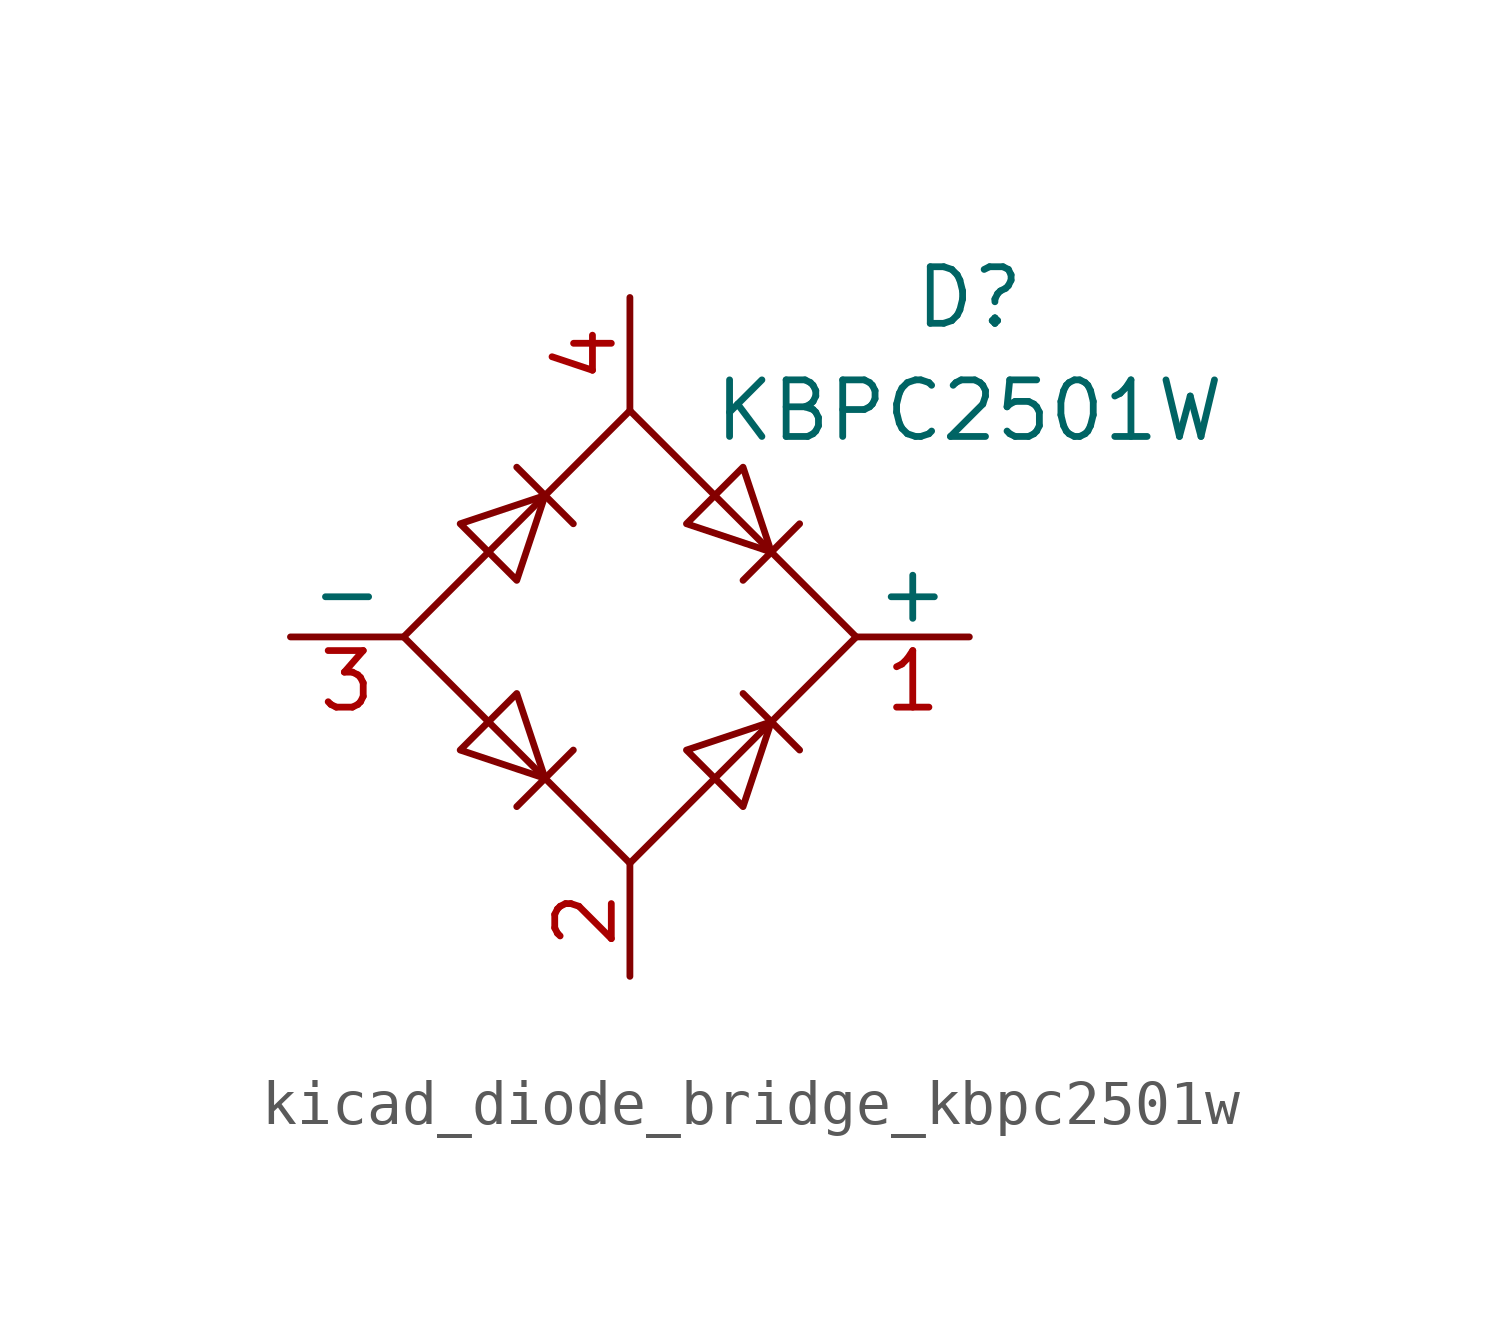
<source format=kicad_sym>
(kicad_symbol_lib
  (version 20220914)
  (generator kicad_symbol_editor)
  (symbol "kicad_diode_bridge_kbpc2501w"
    (pin_names
      (offset 0))
    (property "Reference" "D"
      (at 7.62 7.62 0)
      (effects (font (size 1.27 1.27))))
    (property "Value" "KBPC2501W"
      (at 7.62 5.08 0)
      (effects (font (size 1.27 1.27))))
    (symbol "kicad_diode_bridge_kbpc2501w_0_1"
      (polyline (pts (xy -2.54 3.81) (xy -1.27 2.54)) (stroke (width 0) (type default)) (fill (type none)))
      (polyline (pts (xy -1.27 -2.54) (xy -2.54 -3.81)) (stroke (width 0) (type default)) (fill (type none)))
      (polyline (pts (xy 2.54 -1.27) (xy 3.81 -2.54)) (stroke (width 0) (type default)) (fill (type none)))
      (polyline (pts (xy 2.54 1.27) (xy 3.81 2.54)) (stroke (width 0) (type default)) (fill (type none)))
      (polyline (pts (xy -3.81 2.54) (xy -2.54 1.27) (xy -1.905 3.175) (xy -3.81 2.54)) (stroke (width 0) (type default)) (fill (type none)))
      (polyline (pts (xy -2.54 -1.27) (xy -3.81 -2.54) (xy -1.905 -3.175) (xy -2.54 -1.27)) (stroke (width 0) (type default)) (fill (type none)))
      (polyline (pts (xy 1.27 2.54) (xy 2.54 3.81) (xy 3.175 1.905) (xy 1.27 2.54)) (stroke (width 0) (type default)) (fill (type none)))
      (polyline (pts (xy 3.175 -1.905) (xy 1.27 -2.54) (xy 2.54 -3.81) (xy 3.175 -1.905)) (stroke (width 0) (type default)) (fill (type none)))
      (polyline (pts (xy -5.08 0) (xy 0 -5.08) (xy 5.08 0) (xy 0 5.08) (xy -5.08 0)) (stroke (width 0) (type default)) (fill (type none))))
    (symbol "kicad_diode_bridge_kbpc2501w_1_1"
      (pin passive line (at 7.62 0 180) (length 2.54) (name "+" (effects (font (size 1.27 1.27)))) (number "1" (effects (font (size 1.27 1.27)))))
      (pin passive line (at 0 -7.62 90) (length 2.54) (name "~" (effects (font (size 1.27 1.27)))) (number "2" (effects (font (size 1.27 1.27)))))
      (pin passive line (at -7.62 0 0) (length 2.54) (name "-" (effects (font (size 1.27 1.27)))) (number "3" (effects (font (size 1.27 1.27)))))
      (pin passive line (at 0 7.62 270) (length 2.54) (name "~" (effects (font (size 1.27 1.27)))) (number "4" (effects (font (size 1.27 1.27))))))))
</source>
